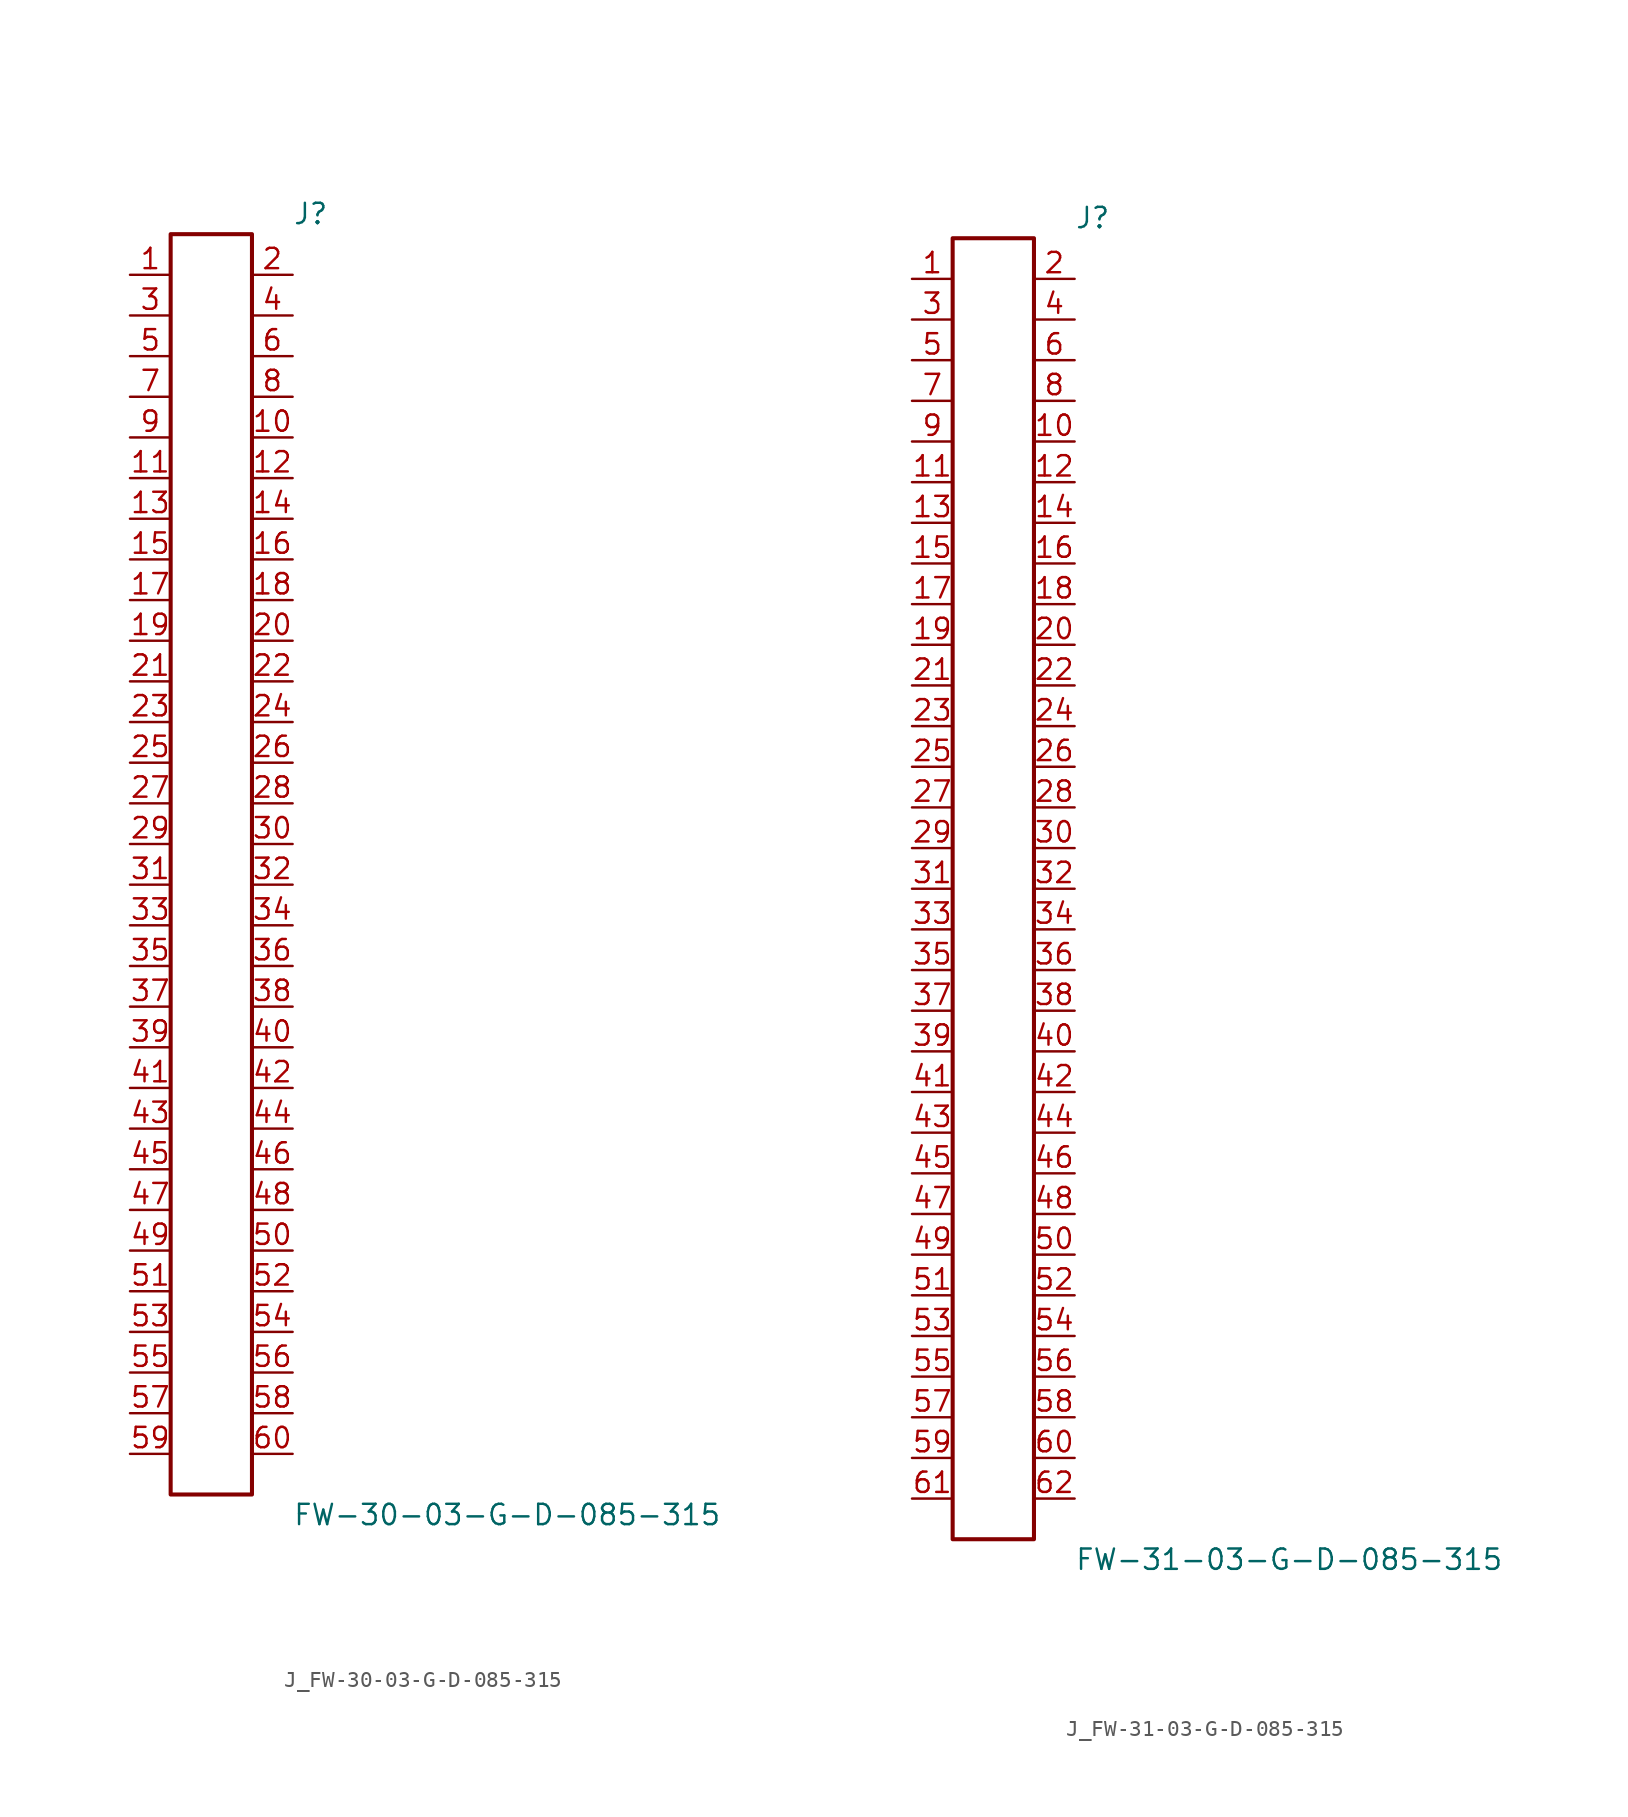
<source format=kicad_sym>
(kicad_symbol_lib
  (version 20231120)
  (generator kicad_symbol_editor)
  (generator_version 8.0)
  (symbol "J_FW-30-03-G-D-085-315"
    (pin_names
      (offset 0.254))
    (property "Reference" "J"
      (at 5.08 40.64 0)
      (effects (font (size 1.27 1.27)) (justify left)))
    (property "Value" "FW-30-03-G-D-085-315"
      (at 5.08 -40.64 0)
      (effects (font (size 1.27 1.27)) (justify left)))
    (symbol "J_FW-30-03-G-D-085-315_0_0"
      (pin unspecified line (at -5.08 36.83 0) (length 2.54) (name "" (effects (font (size 1.27 1.27)))) (number "1" (effects (font (size 1.27 1.27)))))
      (pin unspecified line (at 5.08 36.83 180) (length 2.54) (name "" (effects (font (size 1.27 1.27)))) (number "2" (effects (font (size 1.27 1.27)))))
      (pin unspecified line (at -5.08 34.29 0) (length 2.54) (name "" (effects (font (size 1.27 1.27)))) (number "3" (effects (font (size 1.27 1.27)))))
      (pin unspecified line (at 5.08 34.29 180) (length 2.54) (name "" (effects (font (size 1.27 1.27)))) (number "4" (effects (font (size 1.27 1.27)))))
      (pin unspecified line (at -5.08 31.75 0) (length 2.54) (name "" (effects (font (size 1.27 1.27)))) (number "5" (effects (font (size 1.27 1.27)))))
      (pin unspecified line (at 5.08 31.75 180) (length 2.54) (name "" (effects (font (size 1.27 1.27)))) (number "6" (effects (font (size 1.27 1.27)))))
      (pin unspecified line (at -5.08 29.21 0) (length 2.54) (name "" (effects (font (size 1.27 1.27)))) (number "7" (effects (font (size 1.27 1.27)))))
      (pin unspecified line (at 5.08 29.21 180) (length 2.54) (name "" (effects (font (size 1.27 1.27)))) (number "8" (effects (font (size 1.27 1.27)))))
      (pin unspecified line (at -5.08 26.67 0) (length 2.54) (name "" (effects (font (size 1.27 1.27)))) (number "9" (effects (font (size 1.27 1.27)))))
      (pin unspecified line (at 5.08 26.67 180) (length 2.54) (name "" (effects (font (size 1.27 1.27)))) (number "10" (effects (font (size 1.27 1.27)))))
      (pin unspecified line (at -5.08 24.13 0) (length 2.54) (name "" (effects (font (size 1.27 1.27)))) (number "11" (effects (font (size 1.27 1.27)))))
      (pin unspecified line (at 5.08 24.13 180) (length 2.54) (name "" (effects (font (size 1.27 1.27)))) (number "12" (effects (font (size 1.27 1.27)))))
      (pin unspecified line (at -5.08 21.59 0) (length 2.54) (name "" (effects (font (size 1.27 1.27)))) (number "13" (effects (font (size 1.27 1.27)))))
      (pin unspecified line (at 5.08 21.59 180) (length 2.54) (name "" (effects (font (size 1.27 1.27)))) (number "14" (effects (font (size 1.27 1.27)))))
      (pin unspecified line (at -5.08 19.05 0) (length 2.54) (name "" (effects (font (size 1.27 1.27)))) (number "15" (effects (font (size 1.27 1.27)))))
      (pin unspecified line (at 5.08 19.05 180) (length 2.54) (name "" (effects (font (size 1.27 1.27)))) (number "16" (effects (font (size 1.27 1.27)))))
      (pin unspecified line (at -5.08 16.51 0) (length 2.54) (name "" (effects (font (size 1.27 1.27)))) (number "17" (effects (font (size 1.27 1.27)))))
      (pin unspecified line (at 5.08 16.51 180) (length 2.54) (name "" (effects (font (size 1.27 1.27)))) (number "18" (effects (font (size 1.27 1.27)))))
      (pin unspecified line (at -5.08 13.97 0) (length 2.54) (name "" (effects (font (size 1.27 1.27)))) (number "19" (effects (font (size 1.27 1.27)))))
      (pin unspecified line (at 5.08 13.97 180) (length 2.54) (name "" (effects (font (size 1.27 1.27)))) (number "20" (effects (font (size 1.27 1.27)))))
      (pin unspecified line (at -5.08 11.43 0) (length 2.54) (name "" (effects (font (size 1.27 1.27)))) (number "21" (effects (font (size 1.27 1.27)))))
      (pin unspecified line (at 5.08 11.43 180) (length 2.54) (name "" (effects (font (size 1.27 1.27)))) (number "22" (effects (font (size 1.27 1.27)))))
      (pin unspecified line (at -5.08 8.89 0) (length 2.54) (name "" (effects (font (size 1.27 1.27)))) (number "23" (effects (font (size 1.27 1.27)))))
      (pin unspecified line (at 5.08 8.89 180) (length 2.54) (name "" (effects (font (size 1.27 1.27)))) (number "24" (effects (font (size 1.27 1.27)))))
      (pin unspecified line (at -5.08 6.35 0) (length 2.54) (name "" (effects (font (size 1.27 1.27)))) (number "25" (effects (font (size 1.27 1.27)))))
      (pin unspecified line (at 5.08 6.35 180) (length 2.54) (name "" (effects (font (size 1.27 1.27)))) (number "26" (effects (font (size 1.27 1.27)))))
      (pin unspecified line (at -5.08 3.81 0) (length 2.54) (name "" (effects (font (size 1.27 1.27)))) (number "27" (effects (font (size 1.27 1.27)))))
      (pin unspecified line (at 5.08 3.81 180) (length 2.54) (name "" (effects (font (size 1.27 1.27)))) (number "28" (effects (font (size 1.27 1.27)))))
      (pin unspecified line (at -5.08 1.27 0) (length 2.54) (name "" (effects (font (size 1.27 1.27)))) (number "29" (effects (font (size 1.27 1.27)))))
      (pin unspecified line (at 5.08 1.27 180) (length 2.54) (name "" (effects (font (size 1.27 1.27)))) (number "30" (effects (font (size 1.27 1.27)))))
      (pin unspecified line (at -5.08 -1.27 0) (length 2.54) (name "" (effects (font (size 1.27 1.27)))) (number "31" (effects (font (size 1.27 1.27)))))
      (pin unspecified line (at 5.08 -1.27 180) (length 2.54) (name "" (effects (font (size 1.27 1.27)))) (number "32" (effects (font (size 1.27 1.27)))))
      (pin unspecified line (at -5.08 -3.81 0) (length 2.54) (name "" (effects (font (size 1.27 1.27)))) (number "33" (effects (font (size 1.27 1.27)))))
      (pin unspecified line (at 5.08 -3.81 180) (length 2.54) (name "" (effects (font (size 1.27 1.27)))) (number "34" (effects (font (size 1.27 1.27)))))
      (pin unspecified line (at -5.08 -6.35 0) (length 2.54) (name "" (effects (font (size 1.27 1.27)))) (number "35" (effects (font (size 1.27 1.27)))))
      (pin unspecified line (at 5.08 -6.35 180) (length 2.54) (name "" (effects (font (size 1.27 1.27)))) (number "36" (effects (font (size 1.27 1.27)))))
      (pin unspecified line (at -5.08 -8.89 0) (length 2.54) (name "" (effects (font (size 1.27 1.27)))) (number "37" (effects (font (size 1.27 1.27)))))
      (pin unspecified line (at 5.08 -8.89 180) (length 2.54) (name "" (effects (font (size 1.27 1.27)))) (number "38" (effects (font (size 1.27 1.27)))))
      (pin unspecified line (at -5.08 -11.43 0) (length 2.54) (name "" (effects (font (size 1.27 1.27)))) (number "39" (effects (font (size 1.27 1.27)))))
      (pin unspecified line (at 5.08 -11.43 180) (length 2.54) (name "" (effects (font (size 1.27 1.27)))) (number "40" (effects (font (size 1.27 1.27)))))
      (pin unspecified line (at -5.08 -13.97 0) (length 2.54) (name "" (effects (font (size 1.27 1.27)))) (number "41" (effects (font (size 1.27 1.27)))))
      (pin unspecified line (at 5.08 -13.97 180) (length 2.54) (name "" (effects (font (size 1.27 1.27)))) (number "42" (effects (font (size 1.27 1.27)))))
      (pin unspecified line (at -5.08 -16.51 0) (length 2.54) (name "" (effects (font (size 1.27 1.27)))) (number "43" (effects (font (size 1.27 1.27)))))
      (pin unspecified line (at 5.08 -16.51 180) (length 2.54) (name "" (effects (font (size 1.27 1.27)))) (number "44" (effects (font (size 1.27 1.27)))))
      (pin unspecified line (at -5.08 -19.05 0) (length 2.54) (name "" (effects (font (size 1.27 1.27)))) (number "45" (effects (font (size 1.27 1.27)))))
      (pin unspecified line (at 5.08 -19.05 180) (length 2.54) (name "" (effects (font (size 1.27 1.27)))) (number "46" (effects (font (size 1.27 1.27)))))
      (pin unspecified line (at -5.08 -21.59 0) (length 2.54) (name "" (effects (font (size 1.27 1.27)))) (number "47" (effects (font (size 1.27 1.27)))))
      (pin unspecified line (at 5.08 -21.59 180) (length 2.54) (name "" (effects (font (size 1.27 1.27)))) (number "48" (effects (font (size 1.27 1.27)))))
      (pin unspecified line (at -5.08 -24.13 0) (length 2.54) (name "" (effects (font (size 1.27 1.27)))) (number "49" (effects (font (size 1.27 1.27)))))
      (pin unspecified line (at 5.08 -24.13 180) (length 2.54) (name "" (effects (font (size 1.27 1.27)))) (number "50" (effects (font (size 1.27 1.27)))))
      (pin unspecified line (at -5.08 -26.67 0) (length 2.54) (name "" (effects (font (size 1.27 1.27)))) (number "51" (effects (font (size 1.27 1.27)))))
      (pin unspecified line (at 5.08 -26.67 180) (length 2.54) (name "" (effects (font (size 1.27 1.27)))) (number "52" (effects (font (size 1.27 1.27)))))
      (pin unspecified line (at -5.08 -29.21 0) (length 2.54) (name "" (effects (font (size 1.27 1.27)))) (number "53" (effects (font (size 1.27 1.27)))))
      (pin unspecified line (at 5.08 -29.21 180) (length 2.54) (name "" (effects (font (size 1.27 1.27)))) (number "54" (effects (font (size 1.27 1.27)))))
      (pin unspecified line (at -5.08 -31.75 0) (length 2.54) (name "" (effects (font (size 1.27 1.27)))) (number "55" (effects (font (size 1.27 1.27)))))
      (pin unspecified line (at 5.08 -31.75 180) (length 2.54) (name "" (effects (font (size 1.27 1.27)))) (number "56" (effects (font (size 1.27 1.27)))))
      (pin unspecified line (at -5.08 -34.29 0) (length 2.54) (name "" (effects (font (size 1.27 1.27)))) (number "57" (effects (font (size 1.27 1.27)))))
      (pin unspecified line (at 5.08 -34.29 180) (length 2.54) (name "" (effects (font (size 1.27 1.27)))) (number "58" (effects (font (size 1.27 1.27)))))
      (pin unspecified line (at -5.08 -36.83 0) (length 2.54) (name "" (effects (font (size 1.27 1.27)))) (number "59" (effects (font (size 1.27 1.27)))))
      (pin unspecified line (at 5.08 -36.83 180) (length 2.54) (name "" (effects (font (size 1.27 1.27)))) (number "60" (effects (font (size 1.27 1.27))))))
    (symbol "J_FW-30-03-G-D-085-315_1_0"
      (rectangle (start -2.54 39.37) (end 2.54 -39.37) (stroke (width 0.254) (type solid)) (fill (type none)))))
  (symbol "J_FW-31-03-G-D-085-315"
    (pin_names
      (offset 0.254))
    (property "Reference" "J"
      (at 5.08 41.91 0)
      (effects (font (size 1.27 1.27)) (justify left)))
    (property "Value" "FW-31-03-G-D-085-315"
      (at 5.08 -41.91 0)
      (effects (font (size 1.27 1.27)) (justify left)))
    (symbol "J_FW-31-03-G-D-085-315_0_0"
      (pin unspecified line (at -5.08 38.1 0) (length 2.54) (name "" (effects (font (size 1.27 1.27)))) (number "1" (effects (font (size 1.27 1.27)))))
      (pin unspecified line (at 5.08 38.1 180) (length 2.54) (name "" (effects (font (size 1.27 1.27)))) (number "2" (effects (font (size 1.27 1.27)))))
      (pin unspecified line (at -5.08 35.56 0) (length 2.54) (name "" (effects (font (size 1.27 1.27)))) (number "3" (effects (font (size 1.27 1.27)))))
      (pin unspecified line (at 5.08 35.56 180) (length 2.54) (name "" (effects (font (size 1.27 1.27)))) (number "4" (effects (font (size 1.27 1.27)))))
      (pin unspecified line (at -5.08 33.02 0) (length 2.54) (name "" (effects (font (size 1.27 1.27)))) (number "5" (effects (font (size 1.27 1.27)))))
      (pin unspecified line (at 5.08 33.02 180) (length 2.54) (name "" (effects (font (size 1.27 1.27)))) (number "6" (effects (font (size 1.27 1.27)))))
      (pin unspecified line (at -5.08 30.48 0) (length 2.54) (name "" (effects (font (size 1.27 1.27)))) (number "7" (effects (font (size 1.27 1.27)))))
      (pin unspecified line (at 5.08 30.48 180) (length 2.54) (name "" (effects (font (size 1.27 1.27)))) (number "8" (effects (font (size 1.27 1.27)))))
      (pin unspecified line (at -5.08 27.94 0) (length 2.54) (name "" (effects (font (size 1.27 1.27)))) (number "9" (effects (font (size 1.27 1.27)))))
      (pin unspecified line (at 5.08 27.94 180) (length 2.54) (name "" (effects (font (size 1.27 1.27)))) (number "10" (effects (font (size 1.27 1.27)))))
      (pin unspecified line (at -5.08 25.4 0) (length 2.54) (name "" (effects (font (size 1.27 1.27)))) (number "11" (effects (font (size 1.27 1.27)))))
      (pin unspecified line (at 5.08 25.4 180) (length 2.54) (name "" (effects (font (size 1.27 1.27)))) (number "12" (effects (font (size 1.27 1.27)))))
      (pin unspecified line (at -5.08 22.86 0) (length 2.54) (name "" (effects (font (size 1.27 1.27)))) (number "13" (effects (font (size 1.27 1.27)))))
      (pin unspecified line (at 5.08 22.86 180) (length 2.54) (name "" (effects (font (size 1.27 1.27)))) (number "14" (effects (font (size 1.27 1.27)))))
      (pin unspecified line (at -5.08 20.32 0) (length 2.54) (name "" (effects (font (size 1.27 1.27)))) (number "15" (effects (font (size 1.27 1.27)))))
      (pin unspecified line (at 5.08 20.32 180) (length 2.54) (name "" (effects (font (size 1.27 1.27)))) (number "16" (effects (font (size 1.27 1.27)))))
      (pin unspecified line (at -5.08 17.78 0) (length 2.54) (name "" (effects (font (size 1.27 1.27)))) (number "17" (effects (font (size 1.27 1.27)))))
      (pin unspecified line (at 5.08 17.78 180) (length 2.54) (name "" (effects (font (size 1.27 1.27)))) (number "18" (effects (font (size 1.27 1.27)))))
      (pin unspecified line (at -5.08 15.24 0) (length 2.54) (name "" (effects (font (size 1.27 1.27)))) (number "19" (effects (font (size 1.27 1.27)))))
      (pin unspecified line (at 5.08 15.24 180) (length 2.54) (name "" (effects (font (size 1.27 1.27)))) (number "20" (effects (font (size 1.27 1.27)))))
      (pin unspecified line (at -5.08 12.7 0) (length 2.54) (name "" (effects (font (size 1.27 1.27)))) (number "21" (effects (font (size 1.27 1.27)))))
      (pin unspecified line (at 5.08 12.7 180) (length 2.54) (name "" (effects (font (size 1.27 1.27)))) (number "22" (effects (font (size 1.27 1.27)))))
      (pin unspecified line (at -5.08 10.16 0) (length 2.54) (name "" (effects (font (size 1.27 1.27)))) (number "23" (effects (font (size 1.27 1.27)))))
      (pin unspecified line (at 5.08 10.16 180) (length 2.54) (name "" (effects (font (size 1.27 1.27)))) (number "24" (effects (font (size 1.27 1.27)))))
      (pin unspecified line (at -5.08 7.62 0) (length 2.54) (name "" (effects (font (size 1.27 1.27)))) (number "25" (effects (font (size 1.27 1.27)))))
      (pin unspecified line (at 5.08 7.62 180) (length 2.54) (name "" (effects (font (size 1.27 1.27)))) (number "26" (effects (font (size 1.27 1.27)))))
      (pin unspecified line (at -5.08 5.08 0) (length 2.54) (name "" (effects (font (size 1.27 1.27)))) (number "27" (effects (font (size 1.27 1.27)))))
      (pin unspecified line (at 5.08 5.08 180) (length 2.54) (name "" (effects (font (size 1.27 1.27)))) (number "28" (effects (font (size 1.27 1.27)))))
      (pin unspecified line (at -5.08 2.54 0) (length 2.54) (name "" (effects (font (size 1.27 1.27)))) (number "29" (effects (font (size 1.27 1.27)))))
      (pin unspecified line (at 5.08 2.54 180) (length 2.54) (name "" (effects (font (size 1.27 1.27)))) (number "30" (effects (font (size 1.27 1.27)))))
      (pin unspecified line (at -5.08 0.0 0) (length 2.54) (name "" (effects (font (size 1.27 1.27)))) (number "31" (effects (font (size 1.27 1.27)))))
      (pin unspecified line (at 5.08 0.0 180) (length 2.54) (name "" (effects (font (size 1.27 1.27)))) (number "32" (effects (font (size 1.27 1.27)))))
      (pin unspecified line (at -5.08 -2.54 0) (length 2.54) (name "" (effects (font (size 1.27 1.27)))) (number "33" (effects (font (size 1.27 1.27)))))
      (pin unspecified line (at 5.08 -2.54 180) (length 2.54) (name "" (effects (font (size 1.27 1.27)))) (number "34" (effects (font (size 1.27 1.27)))))
      (pin unspecified line (at -5.08 -5.08 0) (length 2.54) (name "" (effects (font (size 1.27 1.27)))) (number "35" (effects (font (size 1.27 1.27)))))
      (pin unspecified line (at 5.08 -5.08 180) (length 2.54) (name "" (effects (font (size 1.27 1.27)))) (number "36" (effects (font (size 1.27 1.27)))))
      (pin unspecified line (at -5.08 -7.62 0) (length 2.54) (name "" (effects (font (size 1.27 1.27)))) (number "37" (effects (font (size 1.27 1.27)))))
      (pin unspecified line (at 5.08 -7.62 180) (length 2.54) (name "" (effects (font (size 1.27 1.27)))) (number "38" (effects (font (size 1.27 1.27)))))
      (pin unspecified line (at -5.08 -10.16 0) (length 2.54) (name "" (effects (font (size 1.27 1.27)))) (number "39" (effects (font (size 1.27 1.27)))))
      (pin unspecified line (at 5.08 -10.16 180) (length 2.54) (name "" (effects (font (size 1.27 1.27)))) (number "40" (effects (font (size 1.27 1.27)))))
      (pin unspecified line (at -5.08 -12.7 0) (length 2.54) (name "" (effects (font (size 1.27 1.27)))) (number "41" (effects (font (size 1.27 1.27)))))
      (pin unspecified line (at 5.08 -12.7 180) (length 2.54) (name "" (effects (font (size 1.27 1.27)))) (number "42" (effects (font (size 1.27 1.27)))))
      (pin unspecified line (at -5.08 -15.24 0) (length 2.54) (name "" (effects (font (size 1.27 1.27)))) (number "43" (effects (font (size 1.27 1.27)))))
      (pin unspecified line (at 5.08 -15.24 180) (length 2.54) (name "" (effects (font (size 1.27 1.27)))) (number "44" (effects (font (size 1.27 1.27)))))
      (pin unspecified line (at -5.08 -17.78 0) (length 2.54) (name "" (effects (font (size 1.27 1.27)))) (number "45" (effects (font (size 1.27 1.27)))))
      (pin unspecified line (at 5.08 -17.78 180) (length 2.54) (name "" (effects (font (size 1.27 1.27)))) (number "46" (effects (font (size 1.27 1.27)))))
      (pin unspecified line (at -5.08 -20.32 0) (length 2.54) (name "" (effects (font (size 1.27 1.27)))) (number "47" (effects (font (size 1.27 1.27)))))
      (pin unspecified line (at 5.08 -20.32 180) (length 2.54) (name "" (effects (font (size 1.27 1.27)))) (number "48" (effects (font (size 1.27 1.27)))))
      (pin unspecified line (at -5.08 -22.86 0) (length 2.54) (name "" (effects (font (size 1.27 1.27)))) (number "49" (effects (font (size 1.27 1.27)))))
      (pin unspecified line (at 5.08 -22.86 180) (length 2.54) (name "" (effects (font (size 1.27 1.27)))) (number "50" (effects (font (size 1.27 1.27)))))
      (pin unspecified line (at -5.08 -25.4 0) (length 2.54) (name "" (effects (font (size 1.27 1.27)))) (number "51" (effects (font (size 1.27 1.27)))))
      (pin unspecified line (at 5.08 -25.4 180) (length 2.54) (name "" (effects (font (size 1.27 1.27)))) (number "52" (effects (font (size 1.27 1.27)))))
      (pin unspecified line (at -5.08 -27.94 0) (length 2.54) (name "" (effects (font (size 1.27 1.27)))) (number "53" (effects (font (size 1.27 1.27)))))
      (pin unspecified line (at 5.08 -27.94 180) (length 2.54) (name "" (effects (font (size 1.27 1.27)))) (number "54" (effects (font (size 1.27 1.27)))))
      (pin unspecified line (at -5.08 -30.48 0) (length 2.54) (name "" (effects (font (size 1.27 1.27)))) (number "55" (effects (font (size 1.27 1.27)))))
      (pin unspecified line (at 5.08 -30.48 180) (length 2.54) (name "" (effects (font (size 1.27 1.27)))) (number "56" (effects (font (size 1.27 1.27)))))
      (pin unspecified line (at -5.08 -33.02 0) (length 2.54) (name "" (effects (font (size 1.27 1.27)))) (number "57" (effects (font (size 1.27 1.27)))))
      (pin unspecified line (at 5.08 -33.02 180) (length 2.54) (name "" (effects (font (size 1.27 1.27)))) (number "58" (effects (font (size 1.27 1.27)))))
      (pin unspecified line (at -5.08 -35.56 0) (length 2.54) (name "" (effects (font (size 1.27 1.27)))) (number "59" (effects (font (size 1.27 1.27)))))
      (pin unspecified line (at 5.08 -35.56 180) (length 2.54) (name "" (effects (font (size 1.27 1.27)))) (number "60" (effects (font (size 1.27 1.27)))))
      (pin unspecified line (at -5.08 -38.1 0) (length 2.54) (name "" (effects (font (size 1.27 1.27)))) (number "61" (effects (font (size 1.27 1.27)))))
      (pin unspecified line (at 5.08 -38.1 180) (length 2.54) (name "" (effects (font (size 1.27 1.27)))) (number "62" (effects (font (size 1.27 1.27))))))
    (symbol "J_FW-31-03-G-D-085-315_1_0"
      (rectangle (start -2.54 40.64) (end 2.54 -40.64) (stroke (width 0.254) (type solid)) (fill (type none))))))
</source>
